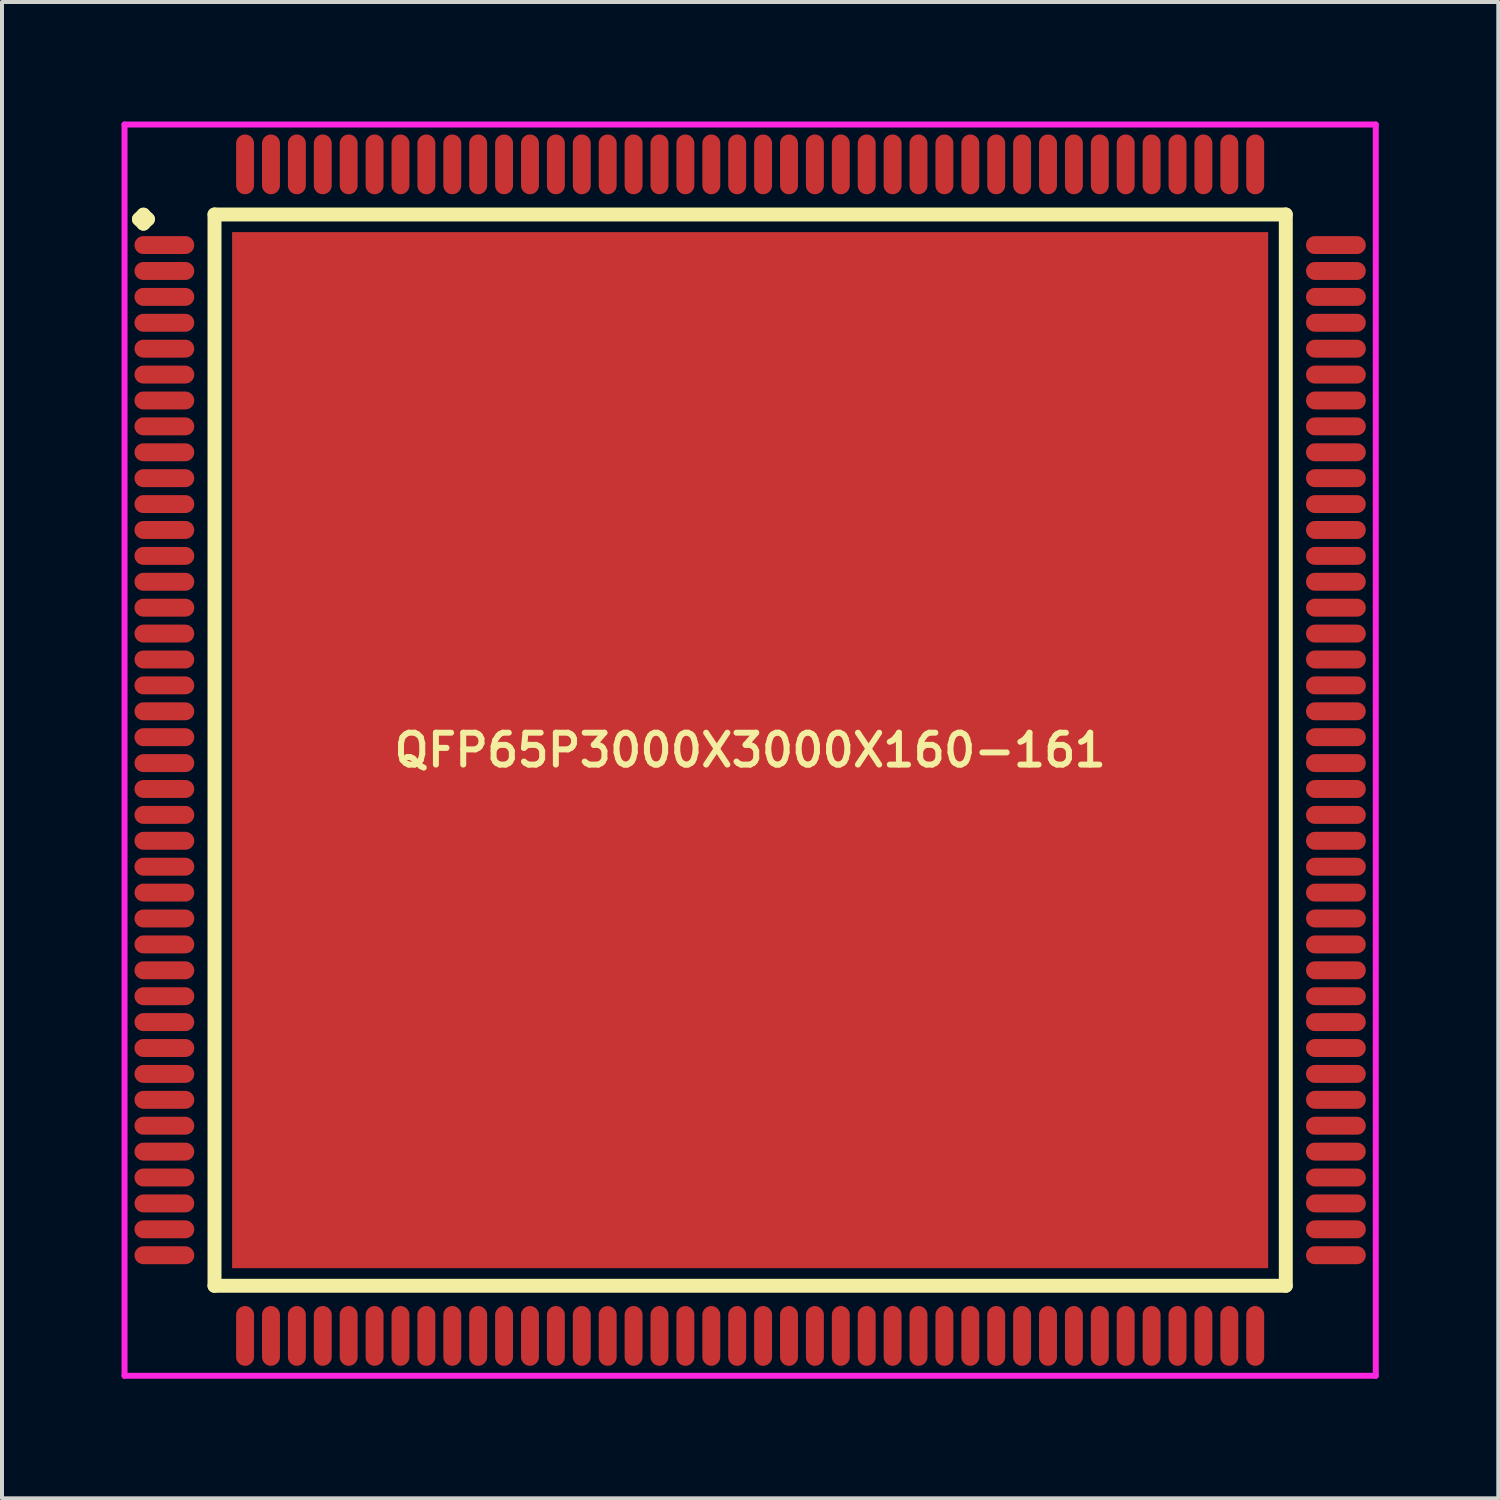
<source format=kicad_pcb>
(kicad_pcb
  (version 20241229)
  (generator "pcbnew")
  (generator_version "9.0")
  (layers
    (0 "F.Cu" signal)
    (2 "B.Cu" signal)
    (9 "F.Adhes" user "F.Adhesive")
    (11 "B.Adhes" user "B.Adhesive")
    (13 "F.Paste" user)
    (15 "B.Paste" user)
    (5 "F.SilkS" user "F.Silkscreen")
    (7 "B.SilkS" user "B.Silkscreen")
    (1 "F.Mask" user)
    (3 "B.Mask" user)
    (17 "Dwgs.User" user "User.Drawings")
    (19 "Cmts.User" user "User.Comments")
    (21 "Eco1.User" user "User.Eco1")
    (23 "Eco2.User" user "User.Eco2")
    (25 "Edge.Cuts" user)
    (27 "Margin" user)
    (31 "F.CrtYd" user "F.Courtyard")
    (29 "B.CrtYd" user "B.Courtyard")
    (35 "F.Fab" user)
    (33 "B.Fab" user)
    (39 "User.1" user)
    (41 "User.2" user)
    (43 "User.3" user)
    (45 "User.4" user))
  (footprint "QFP65P3000X3000X160-161"
    (layer "F.Cu")
    (at 15.775 15.775)
    (property "Reference" "QFP65P3000X3000X160-161" (at 0 0 0) (layer "F.SilkS") (effects (font (size 0.8 0.8) (thickness 0.15))))
    (attr through_hole)
    (fp_line (start -15.338 -13.325) (end -15.225 -13.438) (stroke (width 0.35) (type solid)) (layer "F.SilkS"))
    (fp_line (start -15.225 -13.438) (end -15.113 -13.325) (stroke (width 0.35) (type solid)) (layer "F.SilkS"))
    (fp_line (start -15.225 -13.213) (end -15.338 -13.325) (stroke (width 0.35) (type solid)) (layer "F.SilkS"))
    (fp_line (start -15.113 -13.325) (end -15.225 -13.213) (stroke (width 0.35) (type solid)) (layer "F.SilkS"))
    (fp_line (start -13.442 -13.442) (end -13.442 13.442) (stroke (width 0.35) (type solid)) (layer "F.SilkS"))
    (fp_line (start -13.442 13.442) (end 13.442 13.442) (stroke (width 0.35) (type solid)) (layer "F.SilkS"))
    (fp_line (start 13.442 -13.442) (end -13.442 -13.442) (stroke (width 0.35) (type solid)) (layer "F.SilkS"))
    (fp_line (start 13.442 13.442) (end 13.442 -13.442) (stroke (width 0.35) (type solid)) (layer "F.SilkS"))
    (fp_line (start -15.7 -15.7) (end 15.7 -15.7) (stroke (width 0.15) (type solid)) (layer "F.CrtYd"))
    (fp_line (start -15.7 15.7) (end -15.7 -15.7) (stroke (width 0.15) (type solid)) (layer "F.CrtYd"))
    (fp_line (start 15.7 -15.7) (end 15.7 15.7) (stroke (width 0.15) (type solid)) (layer "F.CrtYd"))
    (fp_line (start 15.7 15.7) (end -15.7 15.7) (stroke (width 0.15) (type solid)) (layer "F.CrtYd"))
    (pad "1" smd oval (at -14.7 -12.675) (size 1.5 0.45) (layers "F.Cu" "F.Mask" "F.Paste"))
    (pad "2" smd oval (at -14.7 -12.025) (size 1.5 0.45) (layers "F.Cu" "F.Mask" "F.Paste"))
    (pad "3" smd oval (at -14.7 -11.375) (size 1.5 0.45) (layers "F.Cu" "F.Mask" "F.Paste"))
    (pad "4" smd oval (at -14.7 -10.725) (size 1.5 0.45) (layers "F.Cu" "F.Mask" "F.Paste"))
    (pad "5" smd oval (at -14.7 -10.075) (size 1.5 0.45) (layers "F.Cu" "F.Mask" "F.Paste"))
    (pad "6" smd oval (at -14.7 -9.425) (size 1.5 0.45) (layers "F.Cu" "F.Mask" "F.Paste"))
    (pad "7" smd oval (at -14.7 -8.775) (size 1.5 0.45) (layers "F.Cu" "F.Mask" "F.Paste"))
    (pad "8" smd oval (at -14.7 -8.125) (size 1.5 0.45) (layers "F.Cu" "F.Mask" "F.Paste"))
    (pad "9" smd oval (at -14.7 -7.475) (size 1.5 0.45) (layers "F.Cu" "F.Mask" "F.Paste"))
    (pad "10" smd oval (at -14.7 -6.825) (size 1.5 0.45) (layers "F.Cu" "F.Mask" "F.Paste"))
    (pad "11" smd oval (at -14.7 -6.175) (size 1.5 0.45) (layers "F.Cu" "F.Mask" "F.Paste"))
    (pad "12" smd oval (at -14.7 -5.525) (size 1.5 0.45) (layers "F.Cu" "F.Mask" "F.Paste"))
    (pad "13" smd oval (at -14.7 -4.875) (size 1.5 0.45) (layers "F.Cu" "F.Mask" "F.Paste"))
    (pad "14" smd oval (at -14.7 -4.225) (size 1.5 0.45) (layers "F.Cu" "F.Mask" "F.Paste"))
    (pad "15" smd oval (at -14.7 -3.575) (size 1.5 0.45) (layers "F.Cu" "F.Mask" "F.Paste"))
    (pad "16" smd oval (at -14.7 -2.925) (size 1.5 0.45) (layers "F.Cu" "F.Mask" "F.Paste"))
    (pad "17" smd oval (at -14.7 -2.275) (size 1.5 0.45) (layers "F.Cu" "F.Mask" "F.Paste"))
    (pad "18" smd oval (at -14.7 -1.625) (size 1.5 0.45) (layers "F.Cu" "F.Mask" "F.Paste"))
    (pad "19" smd oval (at -14.7 -0.975) (size 1.5 0.45) (layers "F.Cu" "F.Mask" "F.Paste"))
    (pad "20" smd oval (at -14.7 -0.325) (size 1.5 0.45) (layers "F.Cu" "F.Mask" "F.Paste"))
    (pad "21" smd oval (at -14.7 0.325) (size 1.5 0.45) (layers "F.Cu" "F.Mask" "F.Paste"))
    (pad "22" smd oval (at -14.7 0.975) (size 1.5 0.45) (layers "F.Cu" "F.Mask" "F.Paste"))
    (pad "23" smd oval (at -14.7 1.625) (size 1.5 0.45) (layers "F.Cu" "F.Mask" "F.Paste"))
    (pad "24" smd oval (at -14.7 2.275) (size 1.5 0.45) (layers "F.Cu" "F.Mask" "F.Paste"))
    (pad "25" smd oval (at -14.7 2.925) (size 1.5 0.45) (layers "F.Cu" "F.Mask" "F.Paste"))
    (pad "26" smd oval (at -14.7 3.575) (size 1.5 0.45) (layers "F.Cu" "F.Mask" "F.Paste"))
    (pad "27" smd oval (at -14.7 4.225) (size 1.5 0.45) (layers "F.Cu" "F.Mask" "F.Paste"))
    (pad "28" smd oval (at -14.7 4.875) (size 1.5 0.45) (layers "F.Cu" "F.Mask" "F.Paste"))
    (pad "29" smd oval (at -14.7 5.525) (size 1.5 0.45) (layers "F.Cu" "F.Mask" "F.Paste"))
    (pad "30" smd oval (at -14.7 6.175) (size 1.5 0.45) (layers "F.Cu" "F.Mask" "F.Paste"))
    (pad "31" smd oval (at -14.7 6.825) (size 1.5 0.45) (layers "F.Cu" "F.Mask" "F.Paste"))
    (pad "32" smd oval (at -14.7 7.475) (size 1.5 0.45) (layers "F.Cu" "F.Mask" "F.Paste"))
    (pad "33" smd oval (at -14.7 8.125) (size 1.5 0.45) (layers "F.Cu" "F.Mask" "F.Paste"))
    (pad "34" smd oval (at -14.7 8.775) (size 1.5 0.45) (layers "F.Cu" "F.Mask" "F.Paste"))
    (pad "35" smd oval (at -14.7 9.425) (size 1.5 0.45) (layers "F.Cu" "F.Mask" "F.Paste"))
    (pad "36" smd oval (at -14.7 10.075) (size 1.5 0.45) (layers "F.Cu" "F.Mask" "F.Paste"))
    (pad "37" smd oval (at -14.7 10.725) (size 1.5 0.45) (layers "F.Cu" "F.Mask" "F.Paste"))
    (pad "38" smd oval (at -14.7 11.375) (size 1.5 0.45) (layers "F.Cu" "F.Mask" "F.Paste"))
    (pad "39" smd oval (at -14.7 12.025) (size 1.5 0.45) (layers "F.Cu" "F.Mask" "F.Paste"))
    (pad "40" smd oval (at -14.7 12.675) (size 1.5 0.45) (layers "F.Cu" "F.Mask" "F.Paste"))
    (pad "41" smd oval (at -12.675 14.7) (size 0.45 1.5) (layers "F.Cu" "F.Mask" "F.Paste"))
    (pad "42" smd oval (at -12.025 14.7) (size 0.45 1.5) (layers "F.Cu" "F.Mask" "F.Paste"))
    (pad "43" smd oval (at -11.375 14.7) (size 0.45 1.5) (layers "F.Cu" "F.Mask" "F.Paste"))
    (pad "44" smd oval (at -10.725 14.7) (size 0.45 1.5) (layers "F.Cu" "F.Mask" "F.Paste"))
    (pad "45" smd oval (at -10.075 14.7) (size 0.45 1.5) (layers "F.Cu" "F.Mask" "F.Paste"))
    (pad "46" smd oval (at -9.425 14.7) (size 0.45 1.5) (layers "F.Cu" "F.Mask" "F.Paste"))
    (pad "47" smd oval (at -8.775 14.7) (size 0.45 1.5) (layers "F.Cu" "F.Mask" "F.Paste"))
    (pad "48" smd oval (at -8.125 14.7) (size 0.45 1.5) (layers "F.Cu" "F.Mask" "F.Paste"))
    (pad "49" smd oval (at -7.475 14.7) (size 0.45 1.5) (layers "F.Cu" "F.Mask" "F.Paste"))
    (pad "50" smd oval (at -6.825 14.7) (size 0.45 1.5) (layers "F.Cu" "F.Mask" "F.Paste"))
    (pad "51" smd oval (at -6.175 14.7) (size 0.45 1.5) (layers "F.Cu" "F.Mask" "F.Paste"))
    (pad "52" smd oval (at -5.525 14.7) (size 0.45 1.5) (layers "F.Cu" "F.Mask" "F.Paste"))
    (pad "53" smd oval (at -4.875 14.7) (size 0.45 1.5) (layers "F.Cu" "F.Mask" "F.Paste"))
    (pad "54" smd oval (at -4.225 14.7) (size 0.45 1.5) (layers "F.Cu" "F.Mask" "F.Paste"))
    (pad "55" smd oval (at -3.575 14.7) (size 0.45 1.5) (layers "F.Cu" "F.Mask" "F.Paste"))
    (pad "56" smd oval (at -2.925 14.7) (size 0.45 1.5) (layers "F.Cu" "F.Mask" "F.Paste"))
    (pad "57" smd oval (at -2.275 14.7) (size 0.45 1.5) (layers "F.Cu" "F.Mask" "F.Paste"))
    (pad "58" smd oval (at -1.625 14.7) (size 0.45 1.5) (layers "F.Cu" "F.Mask" "F.Paste"))
    (pad "59" smd oval (at -0.975 14.7) (size 0.45 1.5) (layers "F.Cu" "F.Mask" "F.Paste"))
    (pad "60" smd oval (at -0.325 14.7) (size 0.45 1.5) (layers "F.Cu" "F.Mask" "F.Paste"))
    (pad "61" smd oval (at 0.325 14.7) (size 0.45 1.5) (layers "F.Cu" "F.Mask" "F.Paste"))
    (pad "62" smd oval (at 0.975 14.7) (size 0.45 1.5) (layers "F.Cu" "F.Mask" "F.Paste"))
    (pad "63" smd oval (at 1.625 14.7) (size 0.45 1.5) (layers "F.Cu" "F.Mask" "F.Paste"))
    (pad "64" smd oval (at 2.275 14.7) (size 0.45 1.5) (layers "F.Cu" "F.Mask" "F.Paste"))
    (pad "65" smd oval (at 2.925 14.7) (size 0.45 1.5) (layers "F.Cu" "F.Mask" "F.Paste"))
    (pad "66" smd oval (at 3.575 14.7) (size 0.45 1.5) (layers "F.Cu" "F.Mask" "F.Paste"))
    (pad "67" smd oval (at 4.225 14.7) (size 0.45 1.5) (layers "F.Cu" "F.Mask" "F.Paste"))
    (pad "68" smd oval (at 4.875 14.7) (size 0.45 1.5) (layers "F.Cu" "F.Mask" "F.Paste"))
    (pad "69" smd oval (at 5.525 14.7) (size 0.45 1.5) (layers "F.Cu" "F.Mask" "F.Paste"))
    (pad "70" smd oval (at 6.175 14.7) (size 0.45 1.5) (layers "F.Cu" "F.Mask" "F.Paste"))
    (pad "71" smd oval (at 6.825 14.7) (size 0.45 1.5) (layers "F.Cu" "F.Mask" "F.Paste"))
    (pad "72" smd oval (at 7.475 14.7) (size 0.45 1.5) (layers "F.Cu" "F.Mask" "F.Paste"))
    (pad "73" smd oval (at 8.125 14.7) (size 0.45 1.5) (layers "F.Cu" "F.Mask" "F.Paste"))
    (pad "74" smd oval (at 8.775 14.7) (size 0.45 1.5) (layers "F.Cu" "F.Mask" "F.Paste"))
    (pad "75" smd oval (at 9.425 14.7) (size 0.45 1.5) (layers "F.Cu" "F.Mask" "F.Paste"))
    (pad "76" smd oval (at 10.075 14.7) (size 0.45 1.5) (layers "F.Cu" "F.Mask" "F.Paste"))
    (pad "77" smd oval (at 10.725 14.7) (size 0.45 1.5) (layers "F.Cu" "F.Mask" "F.Paste"))
    (pad "78" smd oval (at 11.375 14.7) (size 0.45 1.5) (layers "F.Cu" "F.Mask" "F.Paste"))
    (pad "79" smd oval (at 12.025 14.7) (size 0.45 1.5) (layers "F.Cu" "F.Mask" "F.Paste"))
    (pad "80" smd oval (at 12.675 14.7) (size 0.45 1.5) (layers "F.Cu" "F.Mask" "F.Paste"))
    (pad "81" smd oval (at 14.7 12.675) (size 1.5 0.45) (layers "F.Cu" "F.Mask" "F.Paste"))
    (pad "82" smd oval (at 14.7 12.025) (size 1.5 0.45) (layers "F.Cu" "F.Mask" "F.Paste"))
    (pad "83" smd oval (at 14.7 11.375) (size 1.5 0.45) (layers "F.Cu" "F.Mask" "F.Paste"))
    (pad "84" smd oval (at 14.7 10.725) (size 1.5 0.45) (layers "F.Cu" "F.Mask" "F.Paste"))
    (pad "85" smd oval (at 14.7 10.075) (size 1.5 0.45) (layers "F.Cu" "F.Mask" "F.Paste"))
    (pad "86" smd oval (at 14.7 9.425) (size 1.5 0.45) (layers "F.Cu" "F.Mask" "F.Paste"))
    (pad "87" smd oval (at 14.7 8.775) (size 1.5 0.45) (layers "F.Cu" "F.Mask" "F.Paste"))
    (pad "88" smd oval (at 14.7 8.125) (size 1.5 0.45) (layers "F.Cu" "F.Mask" "F.Paste"))
    (pad "89" smd oval (at 14.7 7.475) (size 1.5 0.45) (layers "F.Cu" "F.Mask" "F.Paste"))
    (pad "90" smd oval (at 14.7 6.825) (size 1.5 0.45) (layers "F.Cu" "F.Mask" "F.Paste"))
    (pad "91" smd oval (at 14.7 6.175) (size 1.5 0.45) (layers "F.Cu" "F.Mask" "F.Paste"))
    (pad "92" smd oval (at 14.7 5.525) (size 1.5 0.45) (layers "F.Cu" "F.Mask" "F.Paste"))
    (pad "93" smd oval (at 14.7 4.875) (size 1.5 0.45) (layers "F.Cu" "F.Mask" "F.Paste"))
    (pad "94" smd oval (at 14.7 4.225) (size 1.5 0.45) (layers "F.Cu" "F.Mask" "F.Paste"))
    (pad "95" smd oval (at 14.7 3.575) (size 1.5 0.45) (layers "F.Cu" "F.Mask" "F.Paste"))
    (pad "96" smd oval (at 14.7 2.925) (size 1.5 0.45) (layers "F.Cu" "F.Mask" "F.Paste"))
    (pad "97" smd oval (at 14.7 2.275) (size 1.5 0.45) (layers "F.Cu" "F.Mask" "F.Paste"))
    (pad "98" smd oval (at 14.7 1.625) (size 1.5 0.45) (layers "F.Cu" "F.Mask" "F.Paste"))
    (pad "99" smd oval (at 14.7 0.975) (size 1.5 0.45) (layers "F.Cu" "F.Mask" "F.Paste"))
    (pad "100" smd oval (at 14.7 0.325) (size 1.5 0.45) (layers "F.Cu" "F.Mask" "F.Paste"))
    (pad "101" smd oval (at 14.7 -0.325) (size 1.5 0.45) (layers "F.Cu" "F.Mask" "F.Paste"))
    (pad "102" smd oval (at 14.7 -0.975) (size 1.5 0.45) (layers "F.Cu" "F.Mask" "F.Paste"))
    (pad "103" smd oval (at 14.7 -1.625) (size 1.5 0.45) (layers "F.Cu" "F.Mask" "F.Paste"))
    (pad "104" smd oval (at 14.7 -2.275) (size 1.5 0.45) (layers "F.Cu" "F.Mask" "F.Paste"))
    (pad "105" smd oval (at 14.7 -2.925) (size 1.5 0.45) (layers "F.Cu" "F.Mask" "F.Paste"))
    (pad "106" smd oval (at 14.7 -3.575) (size 1.5 0.45) (layers "F.Cu" "F.Mask" "F.Paste"))
    (pad "107" smd oval (at 14.7 -4.225) (size 1.5 0.45) (layers "F.Cu" "F.Mask" "F.Paste"))
    (pad "108" smd oval (at 14.7 -4.875) (size 1.5 0.45) (layers "F.Cu" "F.Mask" "F.Paste"))
    (pad "109" smd oval (at 14.7 -5.525) (size 1.5 0.45) (layers "F.Cu" "F.Mask" "F.Paste"))
    (pad "110" smd oval (at 14.7 -6.175) (size 1.5 0.45) (layers "F.Cu" "F.Mask" "F.Paste"))
    (pad "111" smd oval (at 14.7 -6.825) (size 1.5 0.45) (layers "F.Cu" "F.Mask" "F.Paste"))
    (pad "112" smd oval (at 14.7 -7.475) (size 1.5 0.45) (layers "F.Cu" "F.Mask" "F.Paste"))
    (pad "113" smd oval (at 14.7 -8.125) (size 1.5 0.45) (layers "F.Cu" "F.Mask" "F.Paste"))
    (pad "114" smd oval (at 14.7 -8.775) (size 1.5 0.45) (layers "F.Cu" "F.Mask" "F.Paste"))
    (pad "115" smd oval (at 14.7 -9.425) (size 1.5 0.45) (layers "F.Cu" "F.Mask" "F.Paste"))
    (pad "116" smd oval (at 14.7 -10.075) (size 1.5 0.45) (layers "F.Cu" "F.Mask" "F.Paste"))
    (pad "117" smd oval (at 14.7 -10.725) (size 1.5 0.45) (layers "F.Cu" "F.Mask" "F.Paste"))
    (pad "118" smd oval (at 14.7 -11.375) (size 1.5 0.45) (layers "F.Cu" "F.Mask" "F.Paste"))
    (pad "119" smd oval (at 14.7 -12.025) (size 1.5 0.45) (layers "F.Cu" "F.Mask" "F.Paste"))
    (pad "120" smd oval (at 14.7 -12.675) (size 1.5 0.45) (layers "F.Cu" "F.Mask" "F.Paste"))
    (pad "121" smd oval (at 12.675 -14.7) (size 0.45 1.5) (layers "F.Cu" "F.Mask" "F.Paste"))
    (pad "122" smd oval (at 12.025 -14.7) (size 0.45 1.5) (layers "F.Cu" "F.Mask" "F.Paste"))
    (pad "123" smd oval (at 11.375 -14.7) (size 0.45 1.5) (layers "F.Cu" "F.Mask" "F.Paste"))
    (pad "124" smd oval (at 10.725 -14.7) (size 0.45 1.5) (layers "F.Cu" "F.Mask" "F.Paste"))
    (pad "125" smd oval (at 10.075 -14.7) (size 0.45 1.5) (layers "F.Cu" "F.Mask" "F.Paste"))
    (pad "126" smd oval (at 9.425 -14.7) (size 0.45 1.5) (layers "F.Cu" "F.Mask" "F.Paste"))
    (pad "127" smd oval (at 8.775 -14.7) (size 0.45 1.5) (layers "F.Cu" "F.Mask" "F.Paste"))
    (pad "128" smd oval (at 8.125 -14.7) (size 0.45 1.5) (layers "F.Cu" "F.Mask" "F.Paste"))
    (pad "129" smd oval (at 7.475 -14.7) (size 0.45 1.5) (layers "F.Cu" "F.Mask" "F.Paste"))
    (pad "130" smd oval (at 6.825 -14.7) (size 0.45 1.5) (layers "F.Cu" "F.Mask" "F.Paste"))
    (pad "131" smd oval (at 6.175 -14.7) (size 0.45 1.5) (layers "F.Cu" "F.Mask" "F.Paste"))
    (pad "132" smd oval (at 5.525 -14.7) (size 0.45 1.5) (layers "F.Cu" "F.Mask" "F.Paste"))
    (pad "133" smd oval (at 4.875 -14.7) (size 0.45 1.5) (layers "F.Cu" "F.Mask" "F.Paste"))
    (pad "134" smd oval (at 4.225 -14.7) (size 0.45 1.5) (layers "F.Cu" "F.Mask" "F.Paste"))
    (pad "135" smd oval (at 3.575 -14.7) (size 0.45 1.5) (layers "F.Cu" "F.Mask" "F.Paste"))
    (pad "136" smd oval (at 2.925 -14.7) (size 0.45 1.5) (layers "F.Cu" "F.Mask" "F.Paste"))
    (pad "137" smd oval (at 2.275 -14.7) (size 0.45 1.5) (layers "F.Cu" "F.Mask" "F.Paste"))
    (pad "138" smd oval (at 1.625 -14.7) (size 0.45 1.5) (layers "F.Cu" "F.Mask" "F.Paste"))
    (pad "139" smd oval (at 0.975 -14.7) (size 0.45 1.5) (layers "F.Cu" "F.Mask" "F.Paste"))
    (pad "140" smd oval (at 0.325 -14.7) (size 0.45 1.5) (layers "F.Cu" "F.Mask" "F.Paste"))
    (pad "141" smd oval (at -0.325 -14.7) (size 0.45 1.5) (layers "F.Cu" "F.Mask" "F.Paste"))
    (pad "142" smd oval (at -0.975 -14.7) (size 0.45 1.5) (layers "F.Cu" "F.Mask" "F.Paste"))
    (pad "143" smd oval (at -1.625 -14.7) (size 0.45 1.5) (layers "F.Cu" "F.Mask" "F.Paste"))
    (pad "144" smd oval (at -2.275 -14.7) (size 0.45 1.5) (layers "F.Cu" "F.Mask" "F.Paste"))
    (pad "145" smd oval (at -2.925 -14.7) (size 0.45 1.5) (layers "F.Cu" "F.Mask" "F.Paste"))
    (pad "146" smd oval (at -3.575 -14.7) (size 0.45 1.5) (layers "F.Cu" "F.Mask" "F.Paste"))
    (pad "147" smd oval (at -4.225 -14.7) (size 0.45 1.5) (layers "F.Cu" "F.Mask" "F.Paste"))
    (pad "148" smd oval (at -4.875 -14.7) (size 0.45 1.5) (layers "F.Cu" "F.Mask" "F.Paste"))
    (pad "149" smd oval (at -5.525 -14.7) (size 0.45 1.5) (layers "F.Cu" "F.Mask" "F.Paste"))
    (pad "150" smd oval (at -6.175 -14.7) (size 0.45 1.5) (layers "F.Cu" "F.Mask" "F.Paste"))
    (pad "151" smd oval (at -6.825 -14.7) (size 0.45 1.5) (layers "F.Cu" "F.Mask" "F.Paste"))
    (pad "152" smd oval (at -7.475 -14.7) (size 0.45 1.5) (layers "F.Cu" "F.Mask" "F.Paste"))
    (pad "153" smd oval (at -8.125 -14.7) (size 0.45 1.5) (layers "F.Cu" "F.Mask" "F.Paste"))
    (pad "154" smd oval (at -8.775 -14.7) (size 0.45 1.5) (layers "F.Cu" "F.Mask" "F.Paste"))
    (pad "155" smd oval (at -9.425 -14.7) (size 0.45 1.5) (layers "F.Cu" "F.Mask" "F.Paste"))
    (pad "156" smd oval (at -10.075 -14.7) (size 0.45 1.5) (layers "F.Cu" "F.Mask" "F.Paste"))
    (pad "157" smd oval (at -10.725 -14.7) (size 0.45 1.5) (layers "F.Cu" "F.Mask" "F.Paste"))
    (pad "158" smd oval (at -11.375 -14.7) (size 0.45 1.5) (layers "F.Cu" "F.Mask" "F.Paste"))
    (pad "159" smd oval (at -12.025 -14.7) (size 0.45 1.5) (layers "F.Cu" "F.Mask" "F.Paste"))
    (pad "160" smd oval (at -12.675 -14.7) (size 0.45 1.5) (layers "F.Cu" "F.Mask" "F.Paste"))
    (pad "161" smd rect (at 0 0) (size 26 26) (layers "F.Cu" "F.Mask" "F.Paste")))
  (gr_rect
    (start -3 -3)
    (end 34.55 34.55)
    (stroke (width 0.1) (type default))
    (fill no)
    (layer "Edge.Cuts")))
</source>
